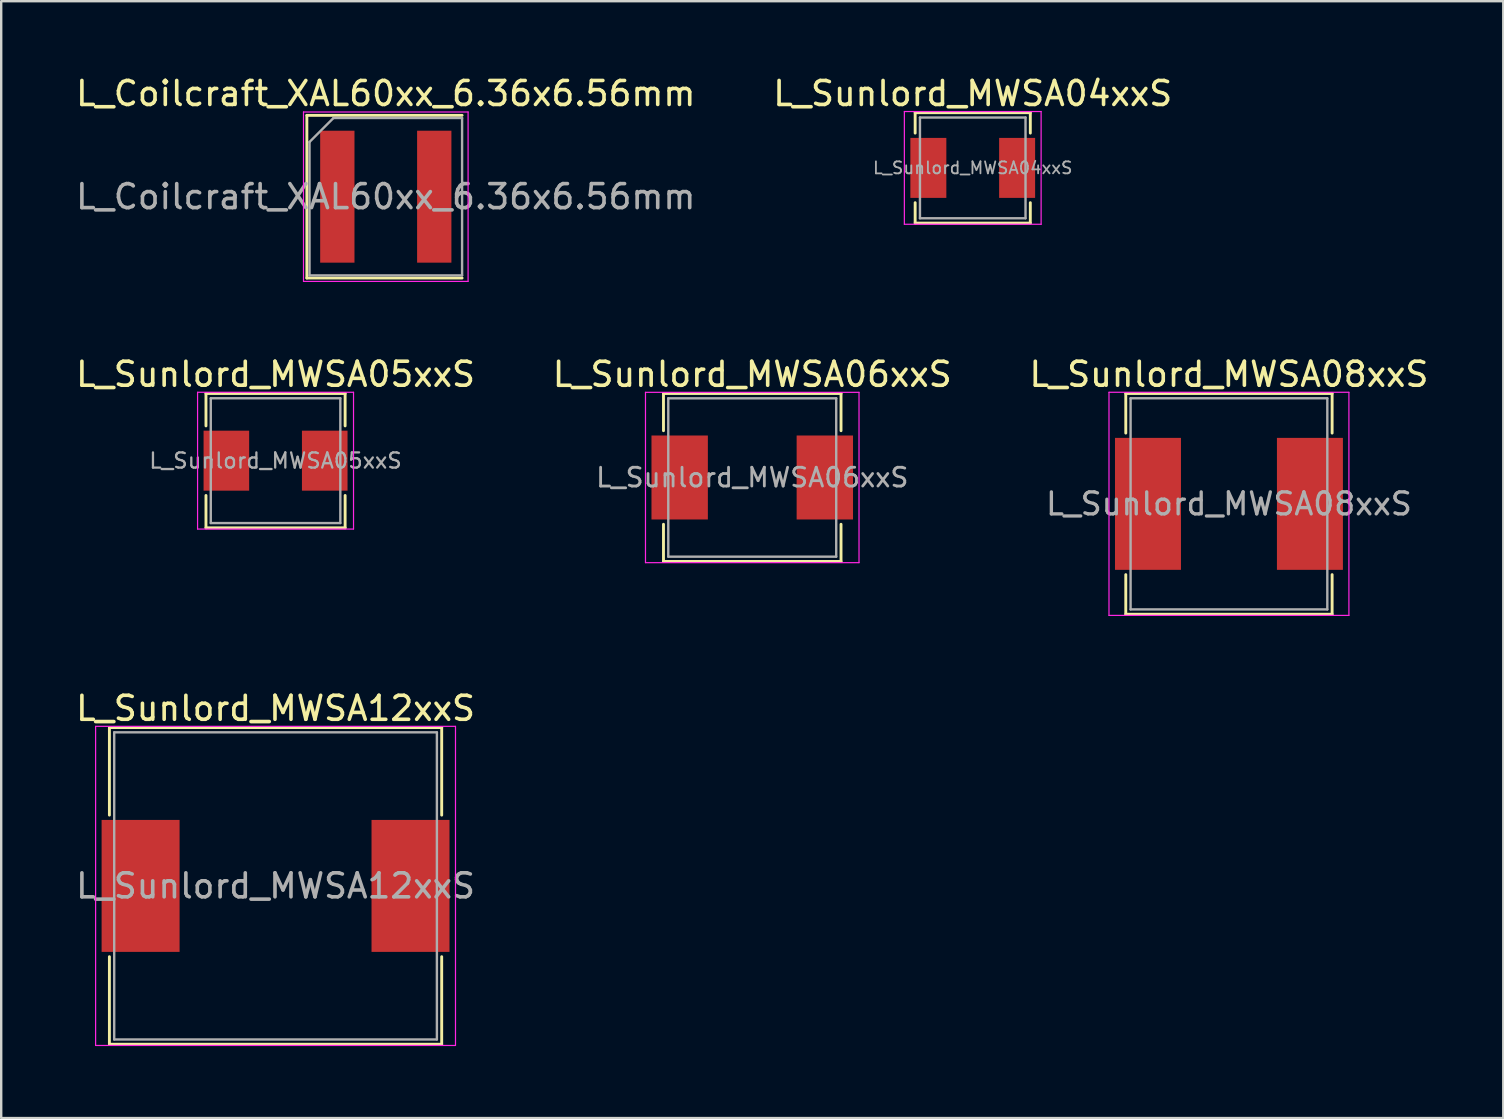
<source format=kicad_pcb>
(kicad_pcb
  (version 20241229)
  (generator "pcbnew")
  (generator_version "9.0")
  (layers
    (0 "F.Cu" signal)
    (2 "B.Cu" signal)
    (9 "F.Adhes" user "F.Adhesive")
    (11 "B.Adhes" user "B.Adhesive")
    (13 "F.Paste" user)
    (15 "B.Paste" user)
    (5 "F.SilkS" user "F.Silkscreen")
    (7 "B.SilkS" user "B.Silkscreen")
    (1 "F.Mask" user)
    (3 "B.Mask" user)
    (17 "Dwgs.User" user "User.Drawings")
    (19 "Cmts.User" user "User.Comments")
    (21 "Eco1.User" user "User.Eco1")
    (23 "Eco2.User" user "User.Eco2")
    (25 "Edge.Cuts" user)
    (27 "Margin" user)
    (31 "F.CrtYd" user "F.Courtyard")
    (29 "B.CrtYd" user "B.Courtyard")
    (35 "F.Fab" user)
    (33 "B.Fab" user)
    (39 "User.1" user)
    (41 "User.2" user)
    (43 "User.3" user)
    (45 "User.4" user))
  (footprint "L_Sunlord_MWSA12xxS"
    (layer "F.Cu")
    (at 8.435 33.875)
    (property "Reference" "L_Sunlord_MWSA12xxS" (at 0 -7.4 0) (layer "F.SilkS") (effects (font (size 1 1) (thickness 0.15))))
    (attr smd)
    (fp_line (start -6.925 -6.6) (end -6.925 -2.95) (stroke (width 0.12) (type solid)) (layer "F.SilkS"))
    (fp_line (start -6.925 -6.6) (end 6.925 -6.6) (stroke (width 0.12) (type solid)) (layer "F.SilkS"))
    (fp_line (start -6.925 6.6) (end -6.925 2.95) (stroke (width 0.12) (type solid)) (layer "F.SilkS"))
    (fp_line (start -6.925 6.6) (end 6.925 6.6) (stroke (width 0.12) (type solid)) (layer "F.SilkS"))
    (fp_line (start 6.925 -6.6) (end 6.925 -2.95) (stroke (width 0.12) (type solid)) (layer "F.SilkS"))
    (fp_line (start 6.925 6.6) (end 6.925 2.95) (stroke (width 0.12) (type solid)) (layer "F.SilkS"))
    (fp_line (start -7.5 -6.65) (end -7.5 6.65) (stroke (width 0.05) (type solid)) (layer "F.CrtYd"))
    (fp_line (start -7.5 6.65) (end 7.5 6.65) (stroke (width 0.05) (type solid)) (layer "F.CrtYd"))
    (fp_line (start 7.5 -6.65) (end -7.5 -6.65) (stroke (width 0.05) (type solid)) (layer "F.CrtYd"))
    (fp_line (start 7.5 6.65) (end 7.5 -6.65) (stroke (width 0.05) (type solid)) (layer "F.CrtYd"))
    (fp_line (start -6.725 -6.4) (end -6.725 6.4) (stroke (width 0.1) (type solid)) (layer "F.Fab"))
    (fp_line (start -6.725 6.4) (end 6.725 6.4) (stroke (width 0.1) (type solid)) (layer "F.Fab"))
    (fp_line (start 6.725 -6.4) (end -6.725 -6.4) (stroke (width 0.1) (type solid)) (layer "F.Fab"))
    (fp_line (start 6.725 6.4) (end 6.725 -6.4) (stroke (width 0.1) (type solid)) (layer "F.Fab"))
    (fp_text user "${REFERENCE}" (at 0 0 0) (layer "F.Fab") (effects (font (size 1 1) (thickness 0.15))))
    (pad "1" smd rect (at -5.625 0) (size 3.25 5.5) (layers "F.Cu" "F.Mask" "F.Paste"))
    (pad "2" smd rect (at 5.625 0) (size 3.25 5.5) (layers "F.Cu" "F.Mask" "F.Paste")))
  (footprint "L_Sunlord_MWSA08xxS"
    (layer "F.Cu")
    (at 48.173 17.951)
    (property "Reference" "L_Sunlord_MWSA08xxS" (at 0 -5.4 0) (layer "F.SilkS") (effects (font (size 1 1) (thickness 0.15))))
    (attr smd)
    (fp_line (start -4.3 -4.6) (end -4.3 -2.95) (stroke (width 0.12) (type solid)) (layer "F.SilkS"))
    (fp_line (start -4.3 -4.6) (end 4.3 -4.6) (stroke (width 0.12) (type solid)) (layer "F.SilkS"))
    (fp_line (start -4.3 4.6) (end -4.3 2.95) (stroke (width 0.12) (type solid)) (layer "F.SilkS"))
    (fp_line (start -4.3 4.6) (end 4.3 4.6) (stroke (width 0.12) (type solid)) (layer "F.SilkS"))
    (fp_line (start 4.3 -4.6) (end 4.3 -2.95) (stroke (width 0.12) (type solid)) (layer "F.SilkS"))
    (fp_line (start 4.3 4.6) (end 4.3 2.95) (stroke (width 0.12) (type solid)) (layer "F.SilkS"))
    (fp_line (start -5 -4.65) (end -5 4.65) (stroke (width 0.05) (type solid)) (layer "F.CrtYd"))
    (fp_line (start -5 4.65) (end 5 4.65) (stroke (width 0.05) (type solid)) (layer "F.CrtYd"))
    (fp_line (start 5 -4.65) (end -5 -4.65) (stroke (width 0.05) (type solid)) (layer "F.CrtYd"))
    (fp_line (start 5 4.65) (end 5 -4.65) (stroke (width 0.05) (type solid)) (layer "F.CrtYd"))
    (fp_line (start -4.1 -4.4) (end -4.1 4.4) (stroke (width 0.1) (type solid)) (layer "F.Fab"))
    (fp_line (start -4.1 4.4) (end 4.1 4.4) (stroke (width 0.1) (type solid)) (layer "F.Fab"))
    (fp_line (start 4.1 -4.4) (end -4.1 -4.4) (stroke (width 0.1) (type solid)) (layer "F.Fab"))
    (fp_line (start 4.1 4.4) (end 4.1 -4.4) (stroke (width 0.1) (type solid)) (layer "F.Fab"))
    (fp_text user "${REFERENCE}" (at 0 0 0) (layer "F.Fab") (effects (font (size 0.917 0.917) (thickness 0.138))))
    (pad "1" smd rect (at -3.375 0) (size 2.75 5.5) (layers "F.Cu" "F.Mask" "F.Paste"))
    (pad "2" smd rect (at 3.375 0) (size 2.75 5.5) (layers "F.Cu" "F.Mask" "F.Paste")))
  (footprint "L_Sunlord_MWSA04xxS"
    (layer "F.Cu")
    (at 37.494 3.948)
    (property "Reference" "L_Sunlord_MWSA04xxS" (at 0 -3.1 0) (layer "F.SilkS") (effects (font (size 1 1) (thickness 0.15))))
    (attr smd)
    (fp_line (start -2.4 -2.3) (end -2.4 -1.45) (stroke (width 0.12) (type solid)) (layer "F.SilkS"))
    (fp_line (start -2.4 -2.3) (end 2.4 -2.3) (stroke (width 0.12) (type solid)) (layer "F.SilkS"))
    (fp_line (start -2.4 2.3) (end -2.4 1.45) (stroke (width 0.12) (type solid)) (layer "F.SilkS"))
    (fp_line (start -2.4 2.3) (end 2.4 2.3) (stroke (width 0.12) (type solid)) (layer "F.SilkS"))
    (fp_line (start 2.4 -2.3) (end 2.4 -1.45) (stroke (width 0.12) (type solid)) (layer "F.SilkS"))
    (fp_line (start 2.4 2.3) (end 2.4 1.45) (stroke (width 0.12) (type solid)) (layer "F.SilkS"))
    (fp_line (start -2.85 -2.35) (end -2.85 2.35) (stroke (width 0.05) (type solid)) (layer "F.CrtYd"))
    (fp_line (start -2.85 2.35) (end 2.85 2.35) (stroke (width 0.05) (type solid)) (layer "F.CrtYd"))
    (fp_line (start 2.85 -2.35) (end -2.85 -2.35) (stroke (width 0.05) (type solid)) (layer "F.CrtYd"))
    (fp_line (start 2.85 2.35) (end 2.85 -2.35) (stroke (width 0.05) (type solid)) (layer "F.CrtYd"))
    (fp_line (start -2.2 -2.1) (end -2.2 2.1) (stroke (width 0.1) (type solid)) (layer "F.Fab"))
    (fp_line (start -2.2 2.1) (end 2.2 2.1) (stroke (width 0.1) (type solid)) (layer "F.Fab"))
    (fp_line (start 2.2 -2.1) (end -2.2 -2.1) (stroke (width 0.1) (type solid)) (layer "F.Fab"))
    (fp_line (start 2.2 2.1) (end 2.2 -2.1) (stroke (width 0.1) (type solid)) (layer "F.Fab"))
    (fp_text user "${REFERENCE}" (at 0 0 0) (layer "F.Fab") (effects (font (size 0.5 0.5) (thickness 0.075))))
    (pad "1" smd rect (at -1.85 0) (size 1.5 2.5) (layers "F.Cu" "F.Mask" "F.Paste"))
    (pad "2" smd rect (at 1.85 0) (size 1.5 2.5) (layers "F.Cu" "F.Mask" "F.Paste")))
  (footprint "L_Coilcraft_XAL60xx_6.36x6.56mm"
    (layer "F.Cu")
    (at 13.03 5.148)
    (property "Reference" "L_Coilcraft_XAL60xx_6.36x6.56mm" (at 0 -4.3 0) (layer "F.SilkS") (effects (font (size 1 1) (thickness 0.15))))
    (attr smd)
    (fp_line (start -3.29 -3.39) (end -3.29 3.39) (stroke (width 0.12) (type solid)) (layer "F.SilkS"))
    (fp_line (start -3.29 -3.39) (end 3.18 -3.39) (stroke (width 0.12) (type solid)) (layer "F.SilkS"))
    (fp_line (start -3.29 3.39) (end 3.18 3.39) (stroke (width 0.12) (type solid)) (layer "F.SilkS"))
    (fp_line (start -3.43 -3.53) (end -3.43 3.53) (stroke (width 0.05) (type solid)) (layer "F.CrtYd"))
    (fp_line (start -3.43 -3.53) (end 3.43 -3.53) (stroke (width 0.05) (type solid)) (layer "F.CrtYd"))
    (fp_line (start -3.43 3.53) (end 3.43 3.53) (stroke (width 0.05) (type solid)) (layer "F.CrtYd"))
    (fp_line (start 3.43 -3.53) (end 3.43 3.53) (stroke (width 0.05) (type solid)) (layer "F.CrtYd"))
    (fp_line (start -3.18 -2.28) (end -3.18 3.28) (stroke (width 0.1) (type solid)) (layer "F.Fab"))
    (fp_line (start -3.18 -2.28) (end -2.18 -3.28) (stroke (width 0.1) (type solid)) (layer "F.Fab"))
    (fp_line (start -3.18 3.28) (end 3.18 3.28) (stroke (width 0.1) (type solid)) (layer "F.Fab"))
    (fp_line (start -2.18 -3.28) (end 3.18 -3.28) (stroke (width 0.1) (type solid)) (layer "F.Fab"))
    (fp_line (start 3.18 -3.28) (end 3.18 3.28) (stroke (width 0.1) (type solid)) (layer "F.Fab"))
    (fp_text user "${REFERENCE}" (at 0 0 0) (layer "F.Fab") (effects (font (size 1 1) (thickness 0.15))))
    (pad "1" smd rect (at -2.02 0) (size 1.43 5.5) (layers "F.Cu" "F.Mask" "F.Paste"))
    (pad "2" smd rect (at 2.02 0) (size 1.43 5.5) (layers "F.Cu" "F.Mask" "F.Paste")))
  (footprint "L_Sunlord_MWSA06xxS"
    (layer "F.Cu")
    (at 28.304 16.852)
    (property "Reference" "L_Sunlord_MWSA06xxS" (at 0 -4.3 0) (layer "F.SilkS") (effects (font (size 1 1) (thickness 0.15))))
    (attr smd)
    (fp_line (start -3.7 -3.5) (end -3.7 -1.95) (stroke (width 0.12) (type solid)) (layer "F.SilkS"))
    (fp_line (start -3.7 -3.5) (end 3.7 -3.5) (stroke (width 0.12) (type solid)) (layer "F.SilkS"))
    (fp_line (start -3.7 3.5) (end -3.7 1.95) (stroke (width 0.12) (type solid)) (layer "F.SilkS"))
    (fp_line (start -3.7 3.5) (end 3.7 3.5) (stroke (width 0.12) (type solid)) (layer "F.SilkS"))
    (fp_line (start 3.7 -3.5) (end 3.7 -1.95) (stroke (width 0.12) (type solid)) (layer "F.SilkS"))
    (fp_line (start 3.7 3.5) (end 3.7 1.95) (stroke (width 0.12) (type solid)) (layer "F.SilkS"))
    (fp_line (start -4.45 -3.55) (end -4.45 3.55) (stroke (width 0.05) (type solid)) (layer "F.CrtYd"))
    (fp_line (start -4.45 3.55) (end 4.45 3.55) (stroke (width 0.05) (type solid)) (layer "F.CrtYd"))
    (fp_line (start 4.45 -3.55) (end -4.45 -3.55) (stroke (width 0.05) (type solid)) (layer "F.CrtYd"))
    (fp_line (start 4.45 3.55) (end 4.45 -3.55) (stroke (width 0.05) (type solid)) (layer "F.CrtYd"))
    (fp_line (start -3.5 -3.3) (end -3.5 3.3) (stroke (width 0.1) (type solid)) (layer "F.Fab"))
    (fp_line (start -3.5 3.3) (end 3.5 3.3) (stroke (width 0.1) (type solid)) (layer "F.Fab"))
    (fp_line (start 3.5 -3.3) (end -3.5 -3.3) (stroke (width 0.1) (type solid)) (layer "F.Fab"))
    (fp_line (start 3.5 3.3) (end 3.5 -3.3) (stroke (width 0.1) (type solid)) (layer "F.Fab"))
    (fp_text user "${REFERENCE}" (at 0 0 0) (layer "F.Fab") (effects (font (size 0.783 0.783) (thickness 0.117))))
    (pad "1" smd rect (at -3.025 0) (size 2.35 3.5) (layers "F.Cu" "F.Mask" "F.Paste"))
    (pad "2" smd rect (at 3.025 0) (size 2.35 3.5) (layers "F.Cu" "F.Mask" "F.Paste")))
  (footprint "L_Sunlord_MWSA05xxS"
    (layer "F.Cu")
    (at 8.435 16.151)
    (property "Reference" "L_Sunlord_MWSA05xxS" (at 0 -3.6 0) (layer "F.SilkS") (effects (font (size 1 1) (thickness 0.15))))
    (attr smd)
    (fp_line (start -2.9 -2.8) (end -2.9 -1.45) (stroke (width 0.12) (type solid)) (layer "F.SilkS"))
    (fp_line (start -2.9 -2.8) (end 2.9 -2.8) (stroke (width 0.12) (type solid)) (layer "F.SilkS"))
    (fp_line (start -2.9 2.8) (end -2.9 1.45) (stroke (width 0.12) (type solid)) (layer "F.SilkS"))
    (fp_line (start -2.9 2.8) (end 2.9 2.8) (stroke (width 0.12) (type solid)) (layer "F.SilkS"))
    (fp_line (start 2.9 -2.8) (end 2.9 -1.45) (stroke (width 0.12) (type solid)) (layer "F.SilkS"))
    (fp_line (start 2.9 2.8) (end 2.9 1.45) (stroke (width 0.12) (type solid)) (layer "F.SilkS"))
    (fp_line (start -3.25 -2.85) (end -3.25 2.85) (stroke (width 0.05) (type solid)) (layer "F.CrtYd"))
    (fp_line (start -3.25 2.85) (end 3.25 2.85) (stroke (width 0.05) (type solid)) (layer "F.CrtYd"))
    (fp_line (start 3.25 -2.85) (end -3.25 -2.85) (stroke (width 0.05) (type solid)) (layer "F.CrtYd"))
    (fp_line (start 3.25 2.85) (end 3.25 -2.85) (stroke (width 0.05) (type solid)) (layer "F.CrtYd"))
    (fp_line (start -2.7 -2.6) (end -2.7 2.6) (stroke (width 0.1) (type solid)) (layer "F.Fab"))
    (fp_line (start -2.7 2.6) (end 2.7 2.6) (stroke (width 0.1) (type solid)) (layer "F.Fab"))
    (fp_line (start 2.7 -2.6) (end -2.7 -2.6) (stroke (width 0.1) (type solid)) (layer "F.Fab"))
    (fp_line (start 2.7 2.6) (end 2.7 -2.6) (stroke (width 0.1) (type solid)) (layer "F.Fab"))
    (fp_text user "${REFERENCE}" (at 0 0 0) (layer "F.Fab") (effects (font (size 0.633 0.633) (thickness 0.095))))
    (pad "1" smd rect (at -2.05 0) (size 1.9 2.5) (layers "F.Cu" "F.Mask" "F.Paste"))
    (pad "2" smd rect (at 2.05 0) (size 1.9 2.5) (layers "F.Cu" "F.Mask" "F.Paste")))
  (gr_rect
    (start -3 -3)
    (end 59.607 43.55)
    (stroke (width 0.1) (type default))
    (fill no)
    (layer "Edge.Cuts")))
</source>
